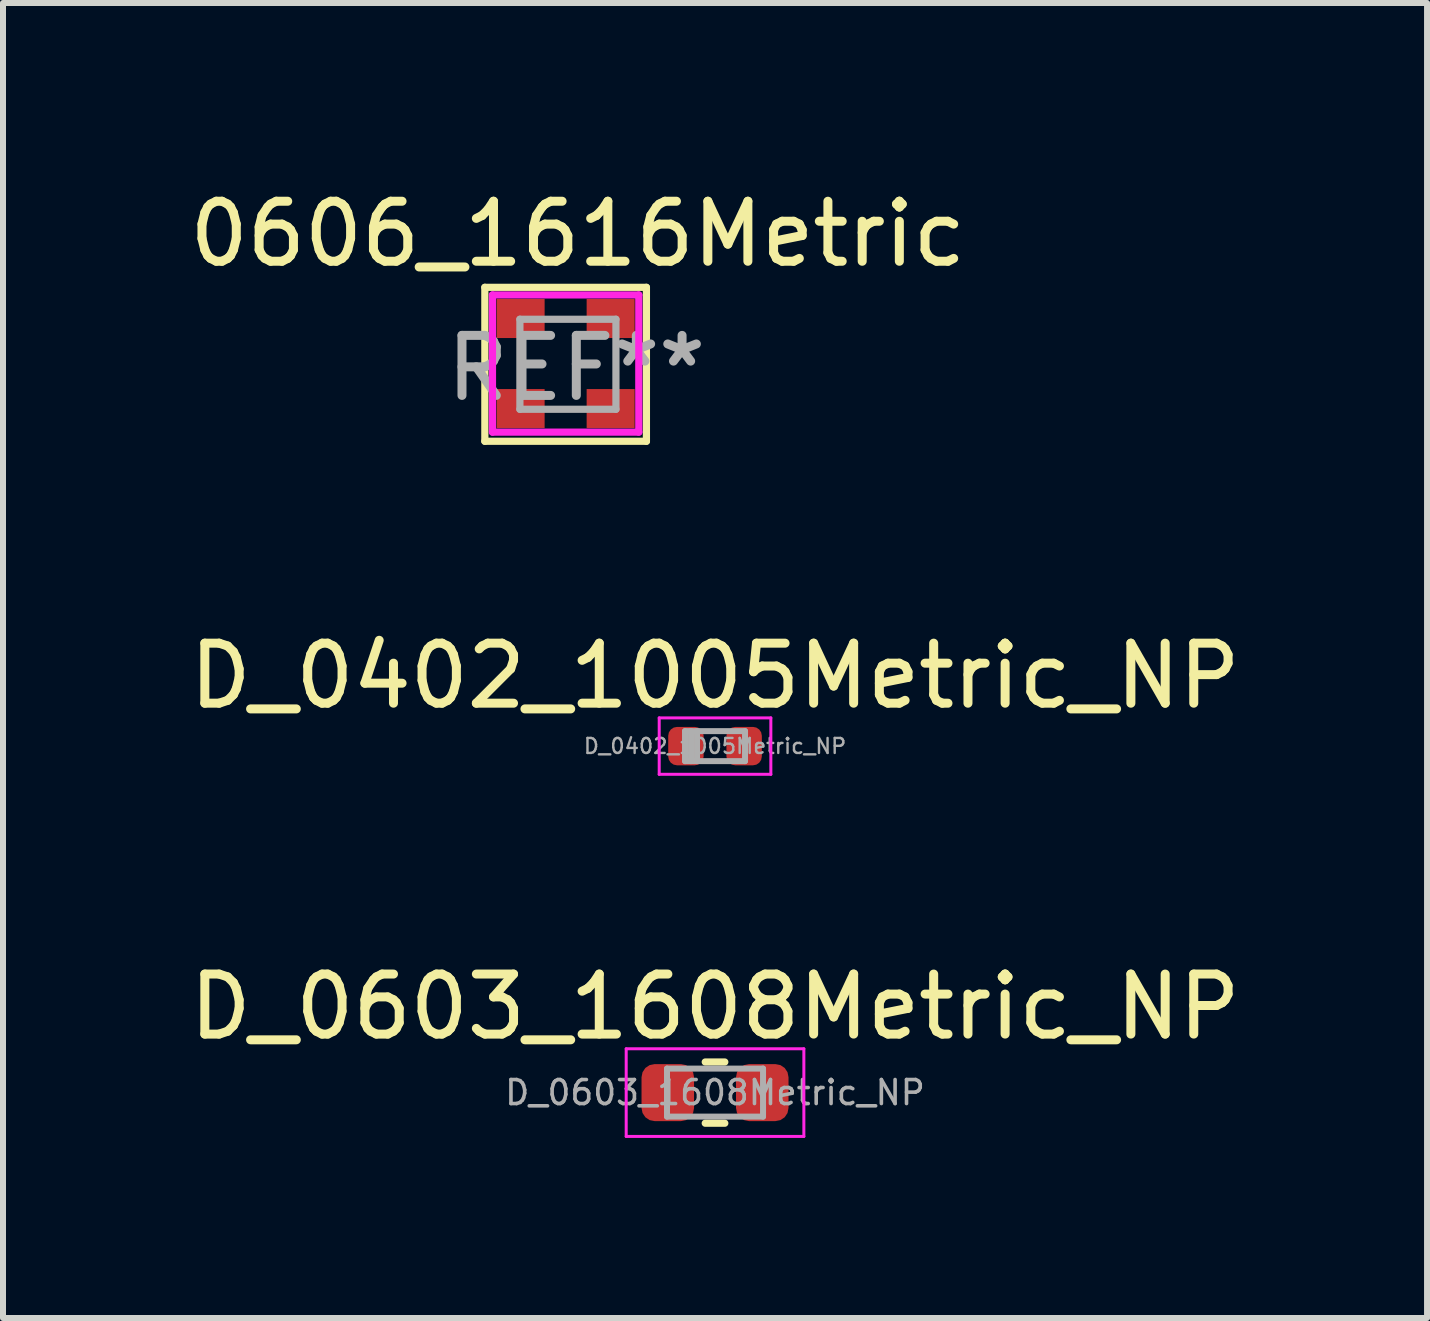
<source format=kicad_pcb>
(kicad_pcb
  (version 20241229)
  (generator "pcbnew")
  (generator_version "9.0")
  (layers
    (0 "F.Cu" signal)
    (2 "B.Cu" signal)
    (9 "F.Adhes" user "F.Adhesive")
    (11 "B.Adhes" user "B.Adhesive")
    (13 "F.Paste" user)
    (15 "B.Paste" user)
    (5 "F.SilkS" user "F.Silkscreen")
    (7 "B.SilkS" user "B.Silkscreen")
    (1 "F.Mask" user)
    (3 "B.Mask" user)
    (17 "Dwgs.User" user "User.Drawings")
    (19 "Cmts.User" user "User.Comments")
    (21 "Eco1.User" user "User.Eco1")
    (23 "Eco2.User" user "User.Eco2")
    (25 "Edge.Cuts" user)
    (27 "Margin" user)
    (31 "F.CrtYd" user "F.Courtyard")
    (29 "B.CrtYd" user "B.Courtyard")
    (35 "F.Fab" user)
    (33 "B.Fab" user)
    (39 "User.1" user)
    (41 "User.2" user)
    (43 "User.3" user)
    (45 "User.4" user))
  (footprint "D_0402_1005Metric_NP"
    (layer "F.Cu")
    (at 8.863 9.381)
    (property "Reference" "D_0402_1005Metric_NP" (at 0 -1.17 0) (layer "F.SilkS") (effects (font (size 1 1) (thickness 0.15))))
    (attr smd)
    (fp_line (start -0.93 -0.47) (end 0.93 -0.47) (stroke (width 0.05) (type solid)) (layer "F.CrtYd"))
    (fp_line (start -0.93 0.47) (end -0.93 -0.47) (stroke (width 0.05) (type solid)) (layer "F.CrtYd"))
    (fp_line (start 0.93 -0.47) (end 0.93 0.47) (stroke (width 0.05) (type solid)) (layer "F.CrtYd"))
    (fp_line (start 0.93 0.47) (end -0.93 0.47) (stroke (width 0.05) (type solid)) (layer "F.CrtYd"))
    (fp_line (start -0.5 -0.25) (end 0.5 -0.25) (stroke (width 0.1) (type solid)) (layer "F.Fab"))
    (fp_line (start -0.5 0.25) (end -0.5 -0.25) (stroke (width 0.1) (type solid)) (layer "F.Fab"))
    (fp_line (start -0.4 0.25) (end -0.4 -0.25) (stroke (width 0.1) (type solid)) (layer "F.Fab"))
    (fp_line (start -0.3 0.25) (end -0.3 -0.25) (stroke (width 0.1) (type solid)) (layer "F.Fab"))
    (fp_line (start 0.5 -0.25) (end 0.5 0.25) (stroke (width 0.1) (type solid)) (layer "F.Fab"))
    (fp_line (start 0.5 0.25) (end -0.5 0.25) (stroke (width 0.1) (type solid)) (layer "F.Fab"))
    (fp_text user "${REFERENCE}" (at 0 0 0) (layer "F.Fab") (effects (font (size 0.25 0.25) (thickness 0.04))))
    (pad "1" smd roundrect (at -0.485 0) (size 0.59 0.64) (layers "F.Cu" "F.Mask" "F.Paste") (roundrect_rratio 0.25))
    (pad "2" smd roundrect (at 0.485 0) (size 0.59 0.64) (layers "F.Cu" "F.Mask" "F.Paste") (roundrect_rratio 0.25)))
  (footprint "D_0603_1608Metric_NP"
    (layer "F.Cu")
    (at 8.863 15.154)
    (property "Reference" "D_0603_1608Metric_NP" (at 0 -1.43 0) (layer "F.SilkS") (effects (font (size 1 1) (thickness 0.15))))
    (attr smd)
    (fp_line (start -0.163 -0.51) (end 0.163 -0.51) (stroke (width 0.12) (type solid)) (layer "F.SilkS"))
    (fp_line (start -0.163 0.51) (end 0.163 0.51) (stroke (width 0.12) (type solid)) (layer "F.SilkS"))
    (fp_line (start -1.48 -0.73) (end 1.48 -0.73) (stroke (width 0.05) (type solid)) (layer "F.CrtYd"))
    (fp_line (start -1.48 0.73) (end -1.48 -0.73) (stroke (width 0.05) (type solid)) (layer "F.CrtYd"))
    (fp_line (start 1.48 -0.73) (end 1.48 0.73) (stroke (width 0.05) (type solid)) (layer "F.CrtYd"))
    (fp_line (start 1.48 0.73) (end -1.48 0.73) (stroke (width 0.05) (type solid)) (layer "F.CrtYd"))
    (fp_line (start -0.8 -0.4) (end 0.8 -0.4) (stroke (width 0.1) (type solid)) (layer "F.Fab"))
    (fp_line (start -0.8 0.4) (end -0.8 -0.4) (stroke (width 0.1) (type solid)) (layer "F.Fab"))
    (fp_line (start 0.8 -0.4) (end 0.8 0.4) (stroke (width 0.1) (type solid)) (layer "F.Fab"))
    (fp_line (start 0.8 0.4) (end -0.8 0.4) (stroke (width 0.1) (type solid)) (layer "F.Fab"))
    (fp_text user "${REFERENCE}" (at 0 0 0) (layer "F.Fab") (effects (font (size 0.4 0.4) (thickness 0.06))))
    (pad "1" smd roundrect (at -0.787 0) (size 0.875 0.95) (layers "F.Cu" "F.Mask" "F.Paste") (roundrect_rratio 0.25))
    (pad "2" smd roundrect (at 0.787 0) (size 0.875 0.95) (layers "F.Cu" "F.Mask" "F.Paste") (roundrect_rratio 0.25)))
  (footprint "0606_1616Metric"
    (layer "F.Cu")
    (at 6.374 3.007)
    (property "Reference" "0606_1616Metric" (at 0.203 -2.159 0) (layer "F.SilkS") (effects (font (size 1 1) (thickness 0.15))))
    (attr through_hole)
    (fp_line (start -1.346 -1.27) (end -1.346 1.295) (stroke (width 0.12) (type solid)) (layer "F.SilkS"))
    (fp_line (start -1.346 -1.27) (end 1.346 -1.27) (stroke (width 0.12) (type solid)) (layer "F.SilkS"))
    (fp_line (start -1.346 1.295) (end 1.346 1.295) (stroke (width 0.12) (type solid)) (layer "F.SilkS"))
    (fp_line (start 1.346 -1.27) (end 1.346 1.295) (stroke (width 0.12) (type solid)) (layer "F.SilkS"))
    (fp_line (start -1.219 -1.143) (end -1.219 1.143) (stroke (width 0.12) (type solid)) (layer "F.CrtYd"))
    (fp_line (start -1.219 -1.143) (end 1.219 -1.143) (stroke (width 0.12) (type solid)) (layer "F.CrtYd"))
    (fp_line (start -1.219 1.143) (end 1.219 1.143) (stroke (width 0.12) (type solid)) (layer "F.CrtYd"))
    (fp_line (start 1.219 1.143) (end 1.219 -1.143) (stroke (width 0.12) (type solid)) (layer "F.CrtYd"))
    (fp_line (start -0.762 -0.738) (end 0.838 -0.738) (stroke (width 0.12) (type solid)) (layer "F.Fab"))
    (fp_line (start -0.762 0.762) (end -0.762 -0.738) (stroke (width 0.12) (type solid)) (layer "F.Fab"))
    (fp_line (start -0.762 0.762) (end 0.838 0.762) (stroke (width 0.12) (type solid)) (layer "F.Fab"))
    (fp_line (start 0.838 0.762) (end 0.838 -0.738) (stroke (width 0.12) (type solid)) (layer "F.Fab"))
    (fp_text user "REF**" (at 0.178 0.076 0) (layer "F.Fab") (effects (font (size 1 1) (thickness 0.15))))
    (pad "1" smd rect (at -0.75 -0.75 90) (size 0.65 0.8) (layers "F.Cu" "F.Mask" "F.Paste"))
    (pad "2" smd rect (at 0.75 -0.75 90) (size 0.65 0.8) (layers "F.Cu" "F.Mask" "F.Paste"))
    (pad "3" smd rect (at -0.75 0.75 90) (size 0.65 0.8) (layers "F.Cu" "F.Mask" "F.Paste"))
    (pad "4" smd rect (at 0.75 0.75 90) (size 0.65 0.8) (layers "F.Cu" "F.Mask" "F.Paste")))
  (gr_rect
    (start -3 -3)
    (end 20.726 18.909)
    (stroke (width 0.1) (type default))
    (fill no)
    (layer "Edge.Cuts")))
</source>
